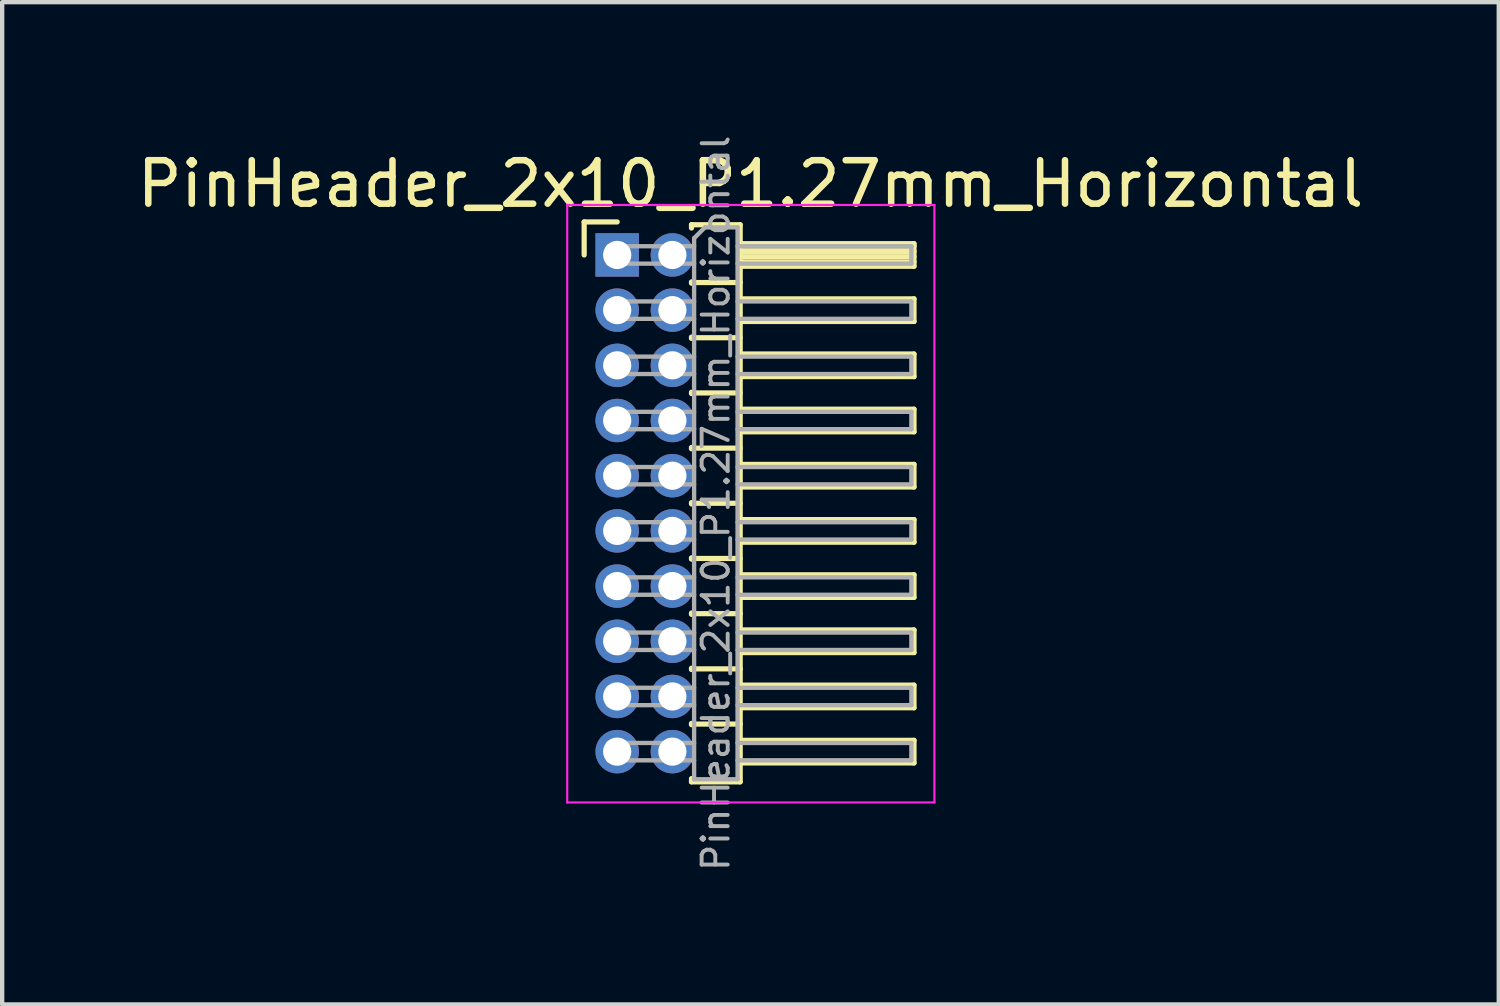
<source format=kicad_pcb>
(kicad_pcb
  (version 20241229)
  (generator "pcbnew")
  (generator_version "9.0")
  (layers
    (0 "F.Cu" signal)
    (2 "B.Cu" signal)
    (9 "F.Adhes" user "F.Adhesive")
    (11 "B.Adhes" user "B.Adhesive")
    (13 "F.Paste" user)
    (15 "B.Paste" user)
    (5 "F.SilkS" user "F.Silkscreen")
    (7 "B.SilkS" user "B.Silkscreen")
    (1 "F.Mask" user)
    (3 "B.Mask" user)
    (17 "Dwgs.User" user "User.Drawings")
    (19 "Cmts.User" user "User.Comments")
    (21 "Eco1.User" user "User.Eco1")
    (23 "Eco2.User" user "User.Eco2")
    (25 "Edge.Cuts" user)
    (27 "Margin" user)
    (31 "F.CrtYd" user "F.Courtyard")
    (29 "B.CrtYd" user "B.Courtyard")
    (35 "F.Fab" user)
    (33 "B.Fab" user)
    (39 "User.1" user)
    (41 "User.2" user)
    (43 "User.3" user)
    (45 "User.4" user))
  (footprint "PinHeader_2x10_P1.27mm_Horizontal"
    (layer "F.Cu")
    (at 11.153 2.817)
    (property "Reference" "PinHeader_2x10_P1.27mm_Horizontal" (at 3.067 -1.635 0) (layer "F.SilkS") (effects (font (size 1 1) (thickness 0.15))))
    (attr through_hole)
    (fp_line (start -0.76 -0.76) (end 0 -0.76) (stroke (width 0.12) (type solid)) (layer "F.SilkS"))
    (fp_line (start -0.76 0) (end -0.76 -0.76) (stroke (width 0.12) (type solid)) (layer "F.SilkS"))
    (fp_line (start 1.71 -0.695) (end 2.83 -0.695) (stroke (width 0.12) (type solid)) (layer "F.SilkS"))
    (fp_line (start 1.71 -0.62) (end 1.71 -0.695) (stroke (width 0.12) (type solid)) (layer "F.SilkS"))
    (fp_line (start 1.71 0.62) (end 1.71 0.65) (stroke (width 0.12) (type solid)) (layer "F.SilkS"))
    (fp_line (start 1.71 0.635) (end 2.83 0.635) (stroke (width 0.12) (type solid)) (layer "F.SilkS"))
    (fp_line (start 1.71 1.89) (end 1.71 1.92) (stroke (width 0.12) (type solid)) (layer "F.SilkS"))
    (fp_line (start 1.71 1.905) (end 2.83 1.905) (stroke (width 0.12) (type solid)) (layer "F.SilkS"))
    (fp_line (start 1.71 3.16) (end 1.71 3.19) (stroke (width 0.12) (type solid)) (layer "F.SilkS"))
    (fp_line (start 1.71 3.175) (end 2.83 3.175) (stroke (width 0.12) (type solid)) (layer "F.SilkS"))
    (fp_line (start 1.71 4.43) (end 1.71 4.46) (stroke (width 0.12) (type solid)) (layer "F.SilkS"))
    (fp_line (start 1.71 4.445) (end 2.83 4.445) (stroke (width 0.12) (type solid)) (layer "F.SilkS"))
    (fp_line (start 1.71 5.7) (end 1.71 5.73) (stroke (width 0.12) (type solid)) (layer "F.SilkS"))
    (fp_line (start 1.71 5.715) (end 2.83 5.715) (stroke (width 0.12) (type solid)) (layer "F.SilkS"))
    (fp_line (start 1.71 6.97) (end 1.71 7) (stroke (width 0.12) (type solid)) (layer "F.SilkS"))
    (fp_line (start 1.71 6.985) (end 2.83 6.985) (stroke (width 0.12) (type solid)) (layer "F.SilkS"))
    (fp_line (start 1.71 8.24) (end 1.71 8.27) (stroke (width 0.12) (type solid)) (layer "F.SilkS"))
    (fp_line (start 1.71 8.255) (end 2.83 8.255) (stroke (width 0.12) (type solid)) (layer "F.SilkS"))
    (fp_line (start 1.71 9.51) (end 1.71 9.54) (stroke (width 0.12) (type solid)) (layer "F.SilkS"))
    (fp_line (start 1.71 9.525) (end 2.83 9.525) (stroke (width 0.12) (type solid)) (layer "F.SilkS"))
    (fp_line (start 1.71 10.78) (end 1.71 10.81) (stroke (width 0.12) (type solid)) (layer "F.SilkS"))
    (fp_line (start 1.71 10.795) (end 2.83 10.795) (stroke (width 0.12) (type solid)) (layer "F.SilkS"))
    (fp_line (start 1.71 12.125) (end 1.71 12.05) (stroke (width 0.12) (type solid)) (layer "F.SilkS"))
    (fp_line (start 2.83 -0.695) (end 2.83 12.125) (stroke (width 0.12) (type solid)) (layer "F.SilkS"))
    (fp_line (start 2.83 -0.26) (end 6.83 -0.26) (stroke (width 0.12) (type solid)) (layer "F.SilkS"))
    (fp_line (start 2.83 -0.2) (end 6.83 -0.2) (stroke (width 0.12) (type solid)) (layer "F.SilkS"))
    (fp_line (start 2.83 -0.08) (end 6.83 -0.08) (stroke (width 0.12) (type solid)) (layer "F.SilkS"))
    (fp_line (start 2.83 0.04) (end 6.83 0.04) (stroke (width 0.12) (type solid)) (layer "F.SilkS"))
    (fp_line (start 2.83 0.16) (end 6.83 0.16) (stroke (width 0.12) (type solid)) (layer "F.SilkS"))
    (fp_line (start 2.83 1.01) (end 6.83 1.01) (stroke (width 0.12) (type solid)) (layer "F.SilkS"))
    (fp_line (start 2.83 2.28) (end 6.83 2.28) (stroke (width 0.12) (type solid)) (layer "F.SilkS"))
    (fp_line (start 2.83 3.55) (end 6.83 3.55) (stroke (width 0.12) (type solid)) (layer "F.SilkS"))
    (fp_line (start 2.83 4.82) (end 6.83 4.82) (stroke (width 0.12) (type solid)) (layer "F.SilkS"))
    (fp_line (start 2.83 6.09) (end 6.83 6.09) (stroke (width 0.12) (type solid)) (layer "F.SilkS"))
    (fp_line (start 2.83 7.36) (end 6.83 7.36) (stroke (width 0.12) (type solid)) (layer "F.SilkS"))
    (fp_line (start 2.83 8.63) (end 6.83 8.63) (stroke (width 0.12) (type solid)) (layer "F.SilkS"))
    (fp_line (start 2.83 9.9) (end 6.83 9.9) (stroke (width 0.12) (type solid)) (layer "F.SilkS"))
    (fp_line (start 2.83 11.17) (end 6.83 11.17) (stroke (width 0.12) (type solid)) (layer "F.SilkS"))
    (fp_line (start 2.83 12.125) (end 1.71 12.125) (stroke (width 0.12) (type solid)) (layer "F.SilkS"))
    (fp_line (start 6.83 -0.26) (end 6.83 0.26) (stroke (width 0.12) (type solid)) (layer "F.SilkS"))
    (fp_line (start 6.83 0.26) (end 2.83 0.26) (stroke (width 0.12) (type solid)) (layer "F.SilkS"))
    (fp_line (start 6.83 1.01) (end 6.83 1.53) (stroke (width 0.12) (type solid)) (layer "F.SilkS"))
    (fp_line (start 6.83 1.53) (end 2.83 1.53) (stroke (width 0.12) (type solid)) (layer "F.SilkS"))
    (fp_line (start 6.83 2.28) (end 6.83 2.8) (stroke (width 0.12) (type solid)) (layer "F.SilkS"))
    (fp_line (start 6.83 2.8) (end 2.83 2.8) (stroke (width 0.12) (type solid)) (layer "F.SilkS"))
    (fp_line (start 6.83 3.55) (end 6.83 4.07) (stroke (width 0.12) (type solid)) (layer "F.SilkS"))
    (fp_line (start 6.83 4.07) (end 2.83 4.07) (stroke (width 0.12) (type solid)) (layer "F.SilkS"))
    (fp_line (start 6.83 4.82) (end 6.83 5.34) (stroke (width 0.12) (type solid)) (layer "F.SilkS"))
    (fp_line (start 6.83 5.34) (end 2.83 5.34) (stroke (width 0.12) (type solid)) (layer "F.SilkS"))
    (fp_line (start 6.83 6.09) (end 6.83 6.61) (stroke (width 0.12) (type solid)) (layer "F.SilkS"))
    (fp_line (start 6.83 6.61) (end 2.83 6.61) (stroke (width 0.12) (type solid)) (layer "F.SilkS"))
    (fp_line (start 6.83 7.36) (end 6.83 7.88) (stroke (width 0.12) (type solid)) (layer "F.SilkS"))
    (fp_line (start 6.83 7.88) (end 2.83 7.88) (stroke (width 0.12) (type solid)) (layer "F.SilkS"))
    (fp_line (start 6.83 8.63) (end 6.83 9.15) (stroke (width 0.12) (type solid)) (layer "F.SilkS"))
    (fp_line (start 6.83 9.15) (end 2.83 9.15) (stroke (width 0.12) (type solid)) (layer "F.SilkS"))
    (fp_line (start 6.83 9.9) (end 6.83 10.42) (stroke (width 0.12) (type solid)) (layer "F.SilkS"))
    (fp_line (start 6.83 10.42) (end 2.83 10.42) (stroke (width 0.12) (type solid)) (layer "F.SilkS"))
    (fp_line (start 6.83 11.17) (end 6.83 11.69) (stroke (width 0.12) (type solid)) (layer "F.SilkS"))
    (fp_line (start 6.83 11.69) (end 2.83 11.69) (stroke (width 0.12) (type solid)) (layer "F.SilkS"))
    (fp_line (start -1.15 -1.15) (end -1.15 12.6) (stroke (width 0.05) (type solid)) (layer "F.CrtYd"))
    (fp_line (start -1.15 12.6) (end 7.3 12.6) (stroke (width 0.05) (type solid)) (layer "F.CrtYd"))
    (fp_line (start 7.3 -1.15) (end -1.15 -1.15) (stroke (width 0.05) (type solid)) (layer "F.CrtYd"))
    (fp_line (start 7.3 12.6) (end 7.3 -1.15) (stroke (width 0.05) (type solid)) (layer "F.CrtYd"))
    (fp_line (start -0.2 -0.2) (end -0.2 0.2) (stroke (width 0.1) (type solid)) (layer "F.Fab"))
    (fp_line (start -0.2 -0.2) (end 1.77 -0.2) (stroke (width 0.1) (type solid)) (layer "F.Fab"))
    (fp_line (start -0.2 0.2) (end 1.77 0.2) (stroke (width 0.1) (type solid)) (layer "F.Fab"))
    (fp_line (start -0.2 1.07) (end -0.2 1.47) (stroke (width 0.1) (type solid)) (layer "F.Fab"))
    (fp_line (start -0.2 1.07) (end 1.77 1.07) (stroke (width 0.1) (type solid)) (layer "F.Fab"))
    (fp_line (start -0.2 1.47) (end 1.77 1.47) (stroke (width 0.1) (type solid)) (layer "F.Fab"))
    (fp_line (start -0.2 2.34) (end -0.2 2.74) (stroke (width 0.1) (type solid)) (layer "F.Fab"))
    (fp_line (start -0.2 2.34) (end 1.77 2.34) (stroke (width 0.1) (type solid)) (layer "F.Fab"))
    (fp_line (start -0.2 2.74) (end 1.77 2.74) (stroke (width 0.1) (type solid)) (layer "F.Fab"))
    (fp_line (start -0.2 3.61) (end -0.2 4.01) (stroke (width 0.1) (type solid)) (layer "F.Fab"))
    (fp_line (start -0.2 3.61) (end 1.77 3.61) (stroke (width 0.1) (type solid)) (layer "F.Fab"))
    (fp_line (start -0.2 4.01) (end 1.77 4.01) (stroke (width 0.1) (type solid)) (layer "F.Fab"))
    (fp_line (start -0.2 4.88) (end -0.2 5.28) (stroke (width 0.1) (type solid)) (layer "F.Fab"))
    (fp_line (start -0.2 4.88) (end 1.77 4.88) (stroke (width 0.1) (type solid)) (layer "F.Fab"))
    (fp_line (start -0.2 5.28) (end 1.77 5.28) (stroke (width 0.1) (type solid)) (layer "F.Fab"))
    (fp_line (start -0.2 6.15) (end -0.2 6.55) (stroke (width 0.1) (type solid)) (layer "F.Fab"))
    (fp_line (start -0.2 6.15) (end 1.77 6.15) (stroke (width 0.1) (type solid)) (layer "F.Fab"))
    (fp_line (start -0.2 6.55) (end 1.77 6.55) (stroke (width 0.1) (type solid)) (layer "F.Fab"))
    (fp_line (start -0.2 7.42) (end -0.2 7.82) (stroke (width 0.1) (type solid)) (layer "F.Fab"))
    (fp_line (start -0.2 7.42) (end 1.77 7.42) (stroke (width 0.1) (type solid)) (layer "F.Fab"))
    (fp_line (start -0.2 7.82) (end 1.77 7.82) (stroke (width 0.1) (type solid)) (layer "F.Fab"))
    (fp_line (start -0.2 8.69) (end -0.2 9.09) (stroke (width 0.1) (type solid)) (layer "F.Fab"))
    (fp_line (start -0.2 8.69) (end 1.77 8.69) (stroke (width 0.1) (type solid)) (layer "F.Fab"))
    (fp_line (start -0.2 9.09) (end 1.77 9.09) (stroke (width 0.1) (type solid)) (layer "F.Fab"))
    (fp_line (start -0.2 9.96) (end -0.2 10.36) (stroke (width 0.1) (type solid)) (layer "F.Fab"))
    (fp_line (start -0.2 9.96) (end 1.77 9.96) (stroke (width 0.1) (type solid)) (layer "F.Fab"))
    (fp_line (start -0.2 10.36) (end 1.77 10.36) (stroke (width 0.1) (type solid)) (layer "F.Fab"))
    (fp_line (start -0.2 11.23) (end -0.2 11.63) (stroke (width 0.1) (type solid)) (layer "F.Fab"))
    (fp_line (start -0.2 11.23) (end 1.77 11.23) (stroke (width 0.1) (type solid)) (layer "F.Fab"))
    (fp_line (start -0.2 11.63) (end 1.77 11.63) (stroke (width 0.1) (type solid)) (layer "F.Fab"))
    (fp_line (start 1.77 -0.385) (end 2.02 -0.635) (stroke (width 0.1) (type solid)) (layer "F.Fab"))
    (fp_line (start 1.77 12.065) (end 1.77 -0.385) (stroke (width 0.1) (type solid)) (layer "F.Fab"))
    (fp_line (start 2.02 -0.635) (end 2.77 -0.635) (stroke (width 0.1) (type solid)) (layer "F.Fab"))
    (fp_line (start 2.77 -0.635) (end 2.77 12.065) (stroke (width 0.1) (type solid)) (layer "F.Fab"))
    (fp_line (start 2.77 -0.2) (end 6.77 -0.2) (stroke (width 0.1) (type solid)) (layer "F.Fab"))
    (fp_line (start 2.77 0.2) (end 6.77 0.2) (stroke (width 0.1) (type solid)) (layer "F.Fab"))
    (fp_line (start 2.77 1.07) (end 6.77 1.07) (stroke (width 0.1) (type solid)) (layer "F.Fab"))
    (fp_line (start 2.77 1.47) (end 6.77 1.47) (stroke (width 0.1) (type solid)) (layer "F.Fab"))
    (fp_line (start 2.77 2.34) (end 6.77 2.34) (stroke (width 0.1) (type solid)) (layer "F.Fab"))
    (fp_line (start 2.77 2.74) (end 6.77 2.74) (stroke (width 0.1) (type solid)) (layer "F.Fab"))
    (fp_line (start 2.77 3.61) (end 6.77 3.61) (stroke (width 0.1) (type solid)) (layer "F.Fab"))
    (fp_line (start 2.77 4.01) (end 6.77 4.01) (stroke (width 0.1) (type solid)) (layer "F.Fab"))
    (fp_line (start 2.77 4.88) (end 6.77 4.88) (stroke (width 0.1) (type solid)) (layer "F.Fab"))
    (fp_line (start 2.77 5.28) (end 6.77 5.28) (stroke (width 0.1) (type solid)) (layer "F.Fab"))
    (fp_line (start 2.77 6.15) (end 6.77 6.15) (stroke (width 0.1) (type solid)) (layer "F.Fab"))
    (fp_line (start 2.77 6.55) (end 6.77 6.55) (stroke (width 0.1) (type solid)) (layer "F.Fab"))
    (fp_line (start 2.77 7.42) (end 6.77 7.42) (stroke (width 0.1) (type solid)) (layer "F.Fab"))
    (fp_line (start 2.77 7.82) (end 6.77 7.82) (stroke (width 0.1) (type solid)) (layer "F.Fab"))
    (fp_line (start 2.77 8.69) (end 6.77 8.69) (stroke (width 0.1) (type solid)) (layer "F.Fab"))
    (fp_line (start 2.77 9.09) (end 6.77 9.09) (stroke (width 0.1) (type solid)) (layer "F.Fab"))
    (fp_line (start 2.77 9.96) (end 6.77 9.96) (stroke (width 0.1) (type solid)) (layer "F.Fab"))
    (fp_line (start 2.77 10.36) (end 6.77 10.36) (stroke (width 0.1) (type solid)) (layer "F.Fab"))
    (fp_line (start 2.77 11.23) (end 6.77 11.23) (stroke (width 0.1) (type solid)) (layer "F.Fab"))
    (fp_line (start 2.77 11.63) (end 6.77 11.63) (stroke (width 0.1) (type solid)) (layer "F.Fab"))
    (fp_line (start 2.77 12.065) (end 1.77 12.065) (stroke (width 0.1) (type solid)) (layer "F.Fab"))
    (fp_line (start 6.77 -0.2) (end 6.77 0.2) (stroke (width 0.1) (type solid)) (layer "F.Fab"))
    (fp_line (start 6.77 1.07) (end 6.77 1.47) (stroke (width 0.1) (type solid)) (layer "F.Fab"))
    (fp_line (start 6.77 2.34) (end 6.77 2.74) (stroke (width 0.1) (type solid)) (layer "F.Fab"))
    (fp_line (start 6.77 3.61) (end 6.77 4.01) (stroke (width 0.1) (type solid)) (layer "F.Fab"))
    (fp_line (start 6.77 4.88) (end 6.77 5.28) (stroke (width 0.1) (type solid)) (layer "F.Fab"))
    (fp_line (start 6.77 6.15) (end 6.77 6.55) (stroke (width 0.1) (type solid)) (layer "F.Fab"))
    (fp_line (start 6.77 7.42) (end 6.77 7.82) (stroke (width 0.1) (type solid)) (layer "F.Fab"))
    (fp_line (start 6.77 8.69) (end 6.77 9.09) (stroke (width 0.1) (type solid)) (layer "F.Fab"))
    (fp_line (start 6.77 9.96) (end 6.77 10.36) (stroke (width 0.1) (type solid)) (layer "F.Fab"))
    (fp_line (start 6.77 11.23) (end 6.77 11.63) (stroke (width 0.1) (type solid)) (layer "F.Fab"))
    (fp_text user "${REFERENCE}" (at 2.27 5.715 90) (layer "F.Fab") (effects (font (size 0.6 0.6) (thickness 0.09))))
    (pad "1" thru_hole rect (at 0 0) (size 1 1) (drill 0.65) (layers "*.Cu" "*.Mask"))
    (pad "2" thru_hole oval (at 1.27 0) (size 1 1) (drill 0.65) (layers "*.Cu" "*.Mask"))
    (pad "3" thru_hole oval (at 0 1.27) (size 1 1) (drill 0.65) (layers "*.Cu" "*.Mask"))
    (pad "4" thru_hole oval (at 1.27 1.27) (size 1 1) (drill 0.65) (layers "*.Cu" "*.Mask"))
    (pad "5" thru_hole oval (at 0 2.54) (size 1 1) (drill 0.65) (layers "*.Cu" "*.Mask"))
    (pad "6" thru_hole oval (at 1.27 2.54) (size 1 1) (drill 0.65) (layers "*.Cu" "*.Mask"))
    (pad "7" thru_hole oval (at 0 3.81) (size 1 1) (drill 0.65) (layers "*.Cu" "*.Mask"))
    (pad "8" thru_hole oval (at 1.27 3.81) (size 1 1) (drill 0.65) (layers "*.Cu" "*.Mask"))
    (pad "9" thru_hole oval (at 0 5.08) (size 1 1) (drill 0.65) (layers "*.Cu" "*.Mask"))
    (pad "10" thru_hole oval (at 1.27 5.08) (size 1 1) (drill 0.65) (layers "*.Cu" "*.Mask"))
    (pad "11" thru_hole oval (at 0 6.35) (size 1 1) (drill 0.65) (layers "*.Cu" "*.Mask"))
    (pad "12" thru_hole oval (at 1.27 6.35) (size 1 1) (drill 0.65) (layers "*.Cu" "*.Mask"))
    (pad "13" thru_hole oval (at 0 7.62) (size 1 1) (drill 0.65) (layers "*.Cu" "*.Mask"))
    (pad "14" thru_hole oval (at 1.27 7.62) (size 1 1) (drill 0.65) (layers "*.Cu" "*.Mask"))
    (pad "15" thru_hole oval (at 0 8.89) (size 1 1) (drill 0.65) (layers "*.Cu" "*.Mask"))
    (pad "16" thru_hole oval (at 1.27 8.89) (size 1 1) (drill 0.65) (layers "*.Cu" "*.Mask"))
    (pad "17" thru_hole oval (at 0 10.16) (size 1 1) (drill 0.65) (layers "*.Cu" "*.Mask"))
    (pad "18" thru_hole oval (at 1.27 10.16) (size 1 1) (drill 0.65) (layers "*.Cu" "*.Mask"))
    (pad "19" thru_hole oval (at 0 11.43) (size 1 1) (drill 0.65) (layers "*.Cu" "*.Mask"))
    (pad "20" thru_hole oval (at 1.27 11.43) (size 1 1) (drill 0.65) (layers "*.Cu" "*.Mask")))
  (gr_rect
    (start -3 -3)
    (end 31.44 20.064)
    (stroke (width 0.1) (type default))
    (fill no)
    (layer "Edge.Cuts")))
</source>
